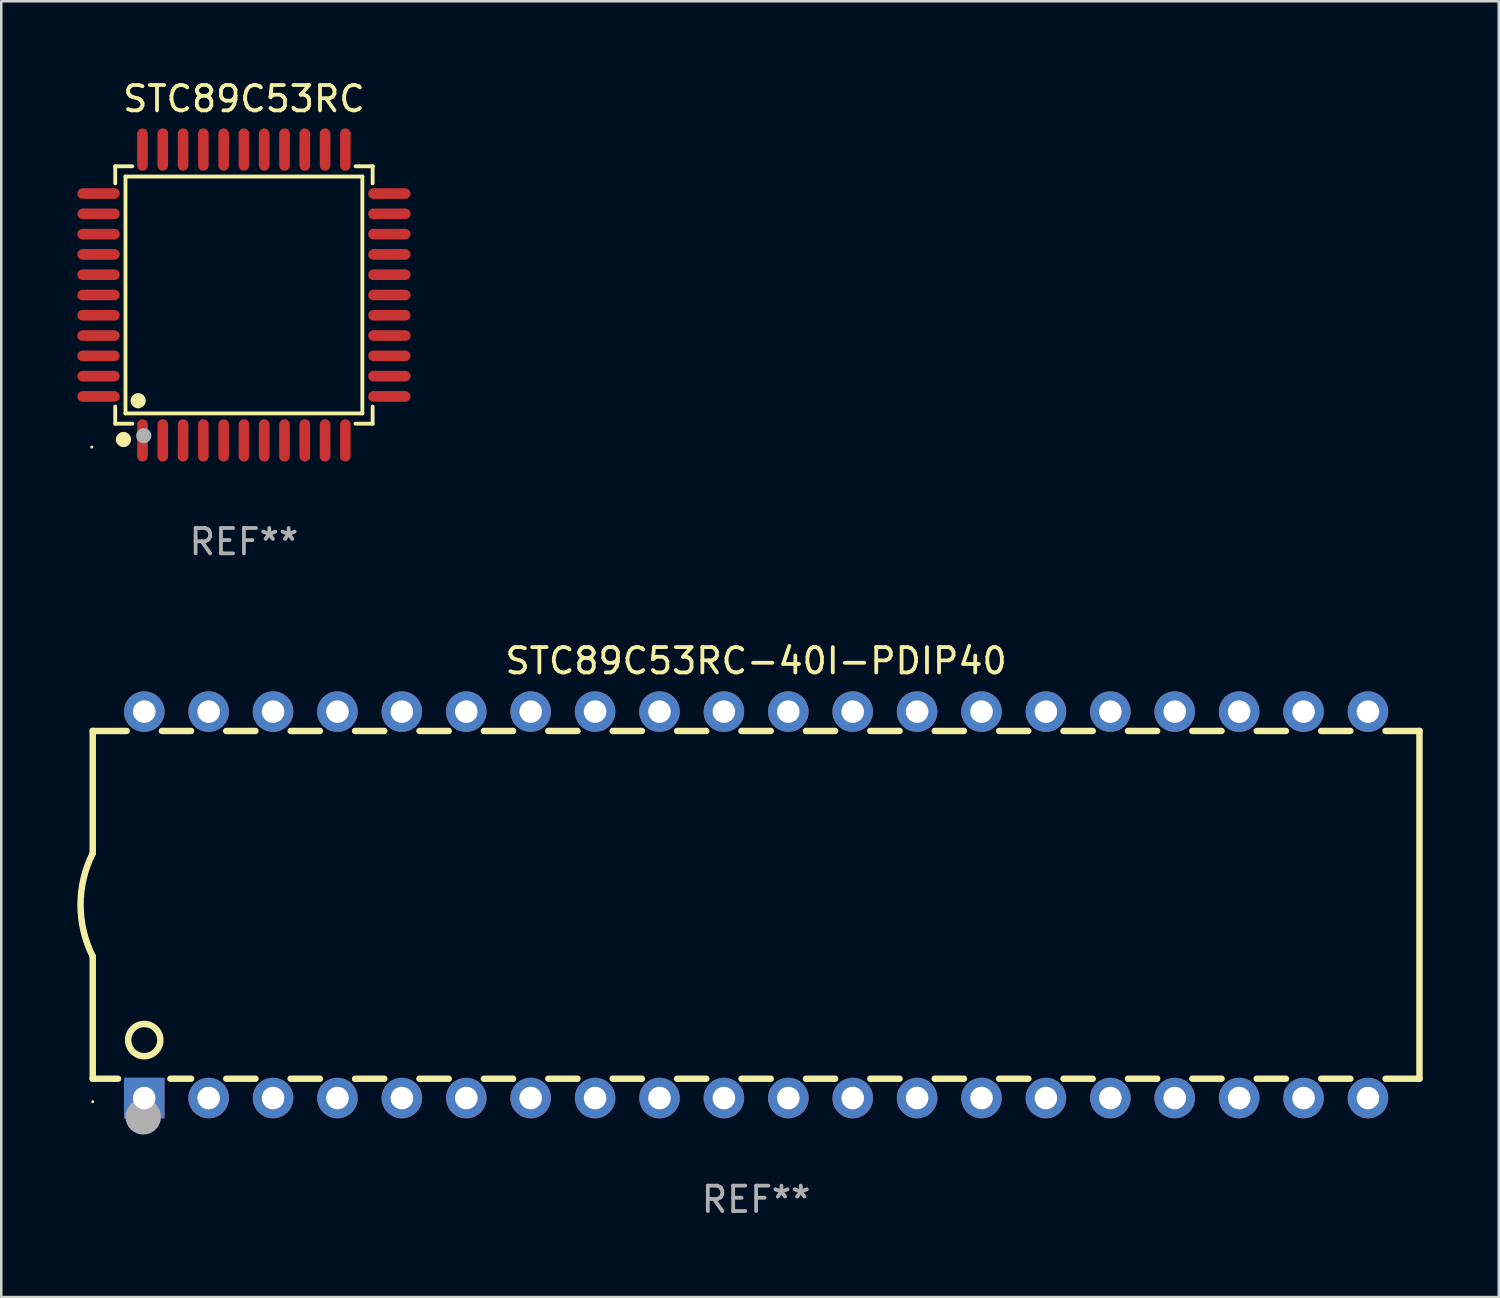
<source format=kicad_pcb>
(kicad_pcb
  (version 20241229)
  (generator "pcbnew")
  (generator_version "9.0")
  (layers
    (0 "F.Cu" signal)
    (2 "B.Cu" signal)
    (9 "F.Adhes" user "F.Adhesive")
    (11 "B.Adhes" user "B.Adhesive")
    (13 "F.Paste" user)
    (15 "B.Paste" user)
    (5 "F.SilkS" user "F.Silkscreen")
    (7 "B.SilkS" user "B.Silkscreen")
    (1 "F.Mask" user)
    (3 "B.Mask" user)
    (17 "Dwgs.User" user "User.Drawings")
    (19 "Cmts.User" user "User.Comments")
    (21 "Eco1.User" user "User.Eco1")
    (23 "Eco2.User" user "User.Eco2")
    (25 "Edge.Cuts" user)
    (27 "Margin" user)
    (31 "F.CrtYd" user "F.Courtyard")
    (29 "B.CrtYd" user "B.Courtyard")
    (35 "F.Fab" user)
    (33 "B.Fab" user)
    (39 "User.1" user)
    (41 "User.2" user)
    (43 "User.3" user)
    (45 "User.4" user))
  (footprint "STC89C53RC-40I-PDIP40"
    (layer "F.Cu")
    (at 26.769 32.635)
    (property "Reference" "STC89C53RC-40I-PDIP40" (at 0 -9.62 0) (layer "F.SilkS") (effects (font (size 1 1) (thickness 0.15))))
    (attr through_hole)
    (fp_line (start -26.162 -6.858) (end -26.162 -2.032) (stroke (width 0.254) (type solid)) (layer "F.SilkS"))
    (fp_line (start -26.162 6.858) (end -26.162 2.032) (stroke (width 0.254) (type solid)) (layer "F.SilkS"))
    (fp_line (start -26.162 6.858) (end -25.161 6.858) (stroke (width 0.254) (type solid)) (layer "F.SilkS"))
    (fp_line (start -24.824 -6.858) (end -26.162 -6.858) (stroke (width 0.254) (type solid)) (layer "F.SilkS"))
    (fp_line (start -23.099 6.858) (end -22.284 6.858) (stroke (width 0.254) (type solid)) (layer "F.SilkS"))
    (fp_line (start -22.284 -6.858) (end -23.436 -6.858) (stroke (width 0.254) (type solid)) (layer "F.SilkS"))
    (fp_line (start -20.896 6.858) (end -19.744 6.858) (stroke (width 0.254) (type solid)) (layer "F.SilkS"))
    (fp_line (start -19.744 -6.858) (end -20.896 -6.858) (stroke (width 0.254) (type solid)) (layer "F.SilkS"))
    (fp_line (start -18.356 6.858) (end -17.204 6.858) (stroke (width 0.254) (type solid)) (layer "F.SilkS"))
    (fp_line (start -17.204 -6.858) (end -18.356 -6.858) (stroke (width 0.254) (type solid)) (layer "F.SilkS"))
    (fp_line (start -15.816 6.858) (end -14.664 6.858) (stroke (width 0.254) (type solid)) (layer "F.SilkS"))
    (fp_line (start -14.664 -6.858) (end -15.816 -6.858) (stroke (width 0.254) (type solid)) (layer "F.SilkS"))
    (fp_line (start -13.276 6.858) (end -12.124 6.858) (stroke (width 0.254) (type solid)) (layer "F.SilkS"))
    (fp_line (start -12.124 -6.858) (end -13.276 -6.858) (stroke (width 0.254) (type solid)) (layer "F.SilkS"))
    (fp_line (start -10.736 6.858) (end -9.584 6.858) (stroke (width 0.254) (type solid)) (layer "F.SilkS"))
    (fp_line (start -9.584 -6.858) (end -10.736 -6.858) (stroke (width 0.254) (type solid)) (layer "F.SilkS"))
    (fp_line (start -8.196 6.858) (end -7.044 6.858) (stroke (width 0.254) (type solid)) (layer "F.SilkS"))
    (fp_line (start -7.044 -6.858) (end -8.196 -6.858) (stroke (width 0.254) (type solid)) (layer "F.SilkS"))
    (fp_line (start -5.656 6.858) (end -4.504 6.858) (stroke (width 0.254) (type solid)) (layer "F.SilkS"))
    (fp_line (start -4.504 -6.858) (end -5.656 -6.858) (stroke (width 0.254) (type solid)) (layer "F.SilkS"))
    (fp_line (start -3.116 6.858) (end -1.964 6.858) (stroke (width 0.254) (type solid)) (layer "F.SilkS"))
    (fp_line (start -1.964 -6.858) (end -3.116 -6.858) (stroke (width 0.254) (type solid)) (layer "F.SilkS"))
    (fp_line (start -0.576 6.858) (end 0.576 6.858) (stroke (width 0.254) (type solid)) (layer "F.SilkS"))
    (fp_line (start 0.576 -6.858) (end -0.576 -6.858) (stroke (width 0.254) (type solid)) (layer "F.SilkS"))
    (fp_line (start 1.964 6.858) (end 3.116 6.858) (stroke (width 0.254) (type solid)) (layer "F.SilkS"))
    (fp_line (start 3.116 -6.858) (end 1.964 -6.858) (stroke (width 0.254) (type solid)) (layer "F.SilkS"))
    (fp_line (start 4.504 6.858) (end 5.656 6.858) (stroke (width 0.254) (type solid)) (layer "F.SilkS"))
    (fp_line (start 5.656 -6.858) (end 4.504 -6.858) (stroke (width 0.254) (type solid)) (layer "F.SilkS"))
    (fp_line (start 7.044 6.858) (end 8.196 6.858) (stroke (width 0.254) (type solid)) (layer "F.SilkS"))
    (fp_line (start 8.196 -6.858) (end 7.044 -6.858) (stroke (width 0.254) (type solid)) (layer "F.SilkS"))
    (fp_line (start 9.584 6.858) (end 10.736 6.858) (stroke (width 0.254) (type solid)) (layer "F.SilkS"))
    (fp_line (start 10.736 -6.858) (end 9.584 -6.858) (stroke (width 0.254) (type solid)) (layer "F.SilkS"))
    (fp_line (start 12.124 6.858) (end 13.276 6.858) (stroke (width 0.254) (type solid)) (layer "F.SilkS"))
    (fp_line (start 13.276 -6.858) (end 12.124 -6.858) (stroke (width 0.254) (type solid)) (layer "F.SilkS"))
    (fp_line (start 14.664 6.858) (end 15.816 6.858) (stroke (width 0.254) (type solid)) (layer "F.SilkS"))
    (fp_line (start 15.816 -6.858) (end 14.664 -6.858) (stroke (width 0.254) (type solid)) (layer "F.SilkS"))
    (fp_line (start 17.204 6.858) (end 18.356 6.858) (stroke (width 0.254) (type solid)) (layer "F.SilkS"))
    (fp_line (start 18.356 -6.858) (end 17.204 -6.858) (stroke (width 0.254) (type solid)) (layer "F.SilkS"))
    (fp_line (start 19.744 6.858) (end 20.896 6.858) (stroke (width 0.254) (type solid)) (layer "F.SilkS"))
    (fp_line (start 20.896 -6.858) (end 19.744 -6.858) (stroke (width 0.254) (type solid)) (layer "F.SilkS"))
    (fp_line (start 22.284 6.858) (end 23.436 6.858) (stroke (width 0.254) (type solid)) (layer "F.SilkS"))
    (fp_line (start 23.436 -6.858) (end 22.284 -6.858) (stroke (width 0.254) (type solid)) (layer "F.SilkS"))
    (fp_line (start 24.824 6.858) (end 26.162 6.858) (stroke (width 0.254) (type solid)) (layer "F.SilkS"))
    (fp_line (start 26.162 -6.858) (end 24.824 -6.858) (stroke (width 0.254) (type solid)) (layer "F.SilkS"))
    (fp_line (start 26.162 -6.858) (end 26.162 6.858) (stroke (width 0.254) (type solid)) (layer "F.SilkS"))
    (fp_arc (start -26.162052 2.032004) (mid -26.641743 0) (end -26.162052 -2.032004) (stroke (width 0.254001) (type solid)) (layer "F.SilkS"))
    (fp_circle (center -26.162 7.765) (end -26.132 7.765) (stroke (width 0.06) (type solid)) (fill no) (layer "F.SilkS"))
    (fp_circle (center -24.13 5.334) (end -23.495 5.334) (stroke (width 0.254) (type solid)) (fill no) (layer "F.SilkS"))
    (fp_circle (center -24.17 8.36) (end -23.82 8.36) (stroke (width 0.7) (type solid)) (fill no) (layer "F.Fab"))
    (fp_text user "REF**" (at 0 11.62 0) (layer "F.Fab") (effects (font (size 1 1) (thickness 0.15))))
    (pad "1" thru_hole rect (at -24.13 7.62) (size 1.6 1.6) (drill 0.889) (layers "*.Cu" "*.Mask"))
    (pad "2" thru_hole circle (at -21.59 7.62) (size 1.6 1.6) (drill 0.889) (layers "*.Cu" "*.Mask"))
    (pad "3" thru_hole circle (at -19.05 7.62) (size 1.6 1.6) (drill 0.889) (layers "*.Cu" "*.Mask"))
    (pad "4" thru_hole circle (at -16.51 7.62) (size 1.6 1.6) (drill 0.889) (layers "*.Cu" "*.Mask"))
    (pad "5" thru_hole circle (at -13.97 7.62) (size 1.6 1.6) (drill 0.889) (layers "*.Cu" "*.Mask"))
    (pad "6" thru_hole circle (at -11.43 7.62) (size 1.6 1.6) (drill 0.889) (layers "*.Cu" "*.Mask"))
    (pad "7" thru_hole circle (at -8.89 7.62) (size 1.6 1.6) (drill 0.889) (layers "*.Cu" "*.Mask"))
    (pad "8" thru_hole circle (at -6.35 7.62) (size 1.6 1.6) (drill 0.889) (layers "*.Cu" "*.Mask"))
    (pad "9" thru_hole circle (at -3.81 7.62) (size 1.6 1.6) (drill 0.889) (layers "*.Cu" "*.Mask"))
    (pad "10" thru_hole circle (at -1.27 7.62) (size 1.6 1.6) (drill 0.889) (layers "*.Cu" "*.Mask"))
    (pad "11" thru_hole circle (at 1.27 7.62) (size 1.6 1.6) (drill 0.889) (layers "*.Cu" "*.Mask"))
    (pad "12" thru_hole circle (at 3.81 7.62) (size 1.6 1.6) (drill 0.889) (layers "*.Cu" "*.Mask"))
    (pad "13" thru_hole circle (at 6.35 7.62) (size 1.6 1.6) (drill 0.889) (layers "*.Cu" "*.Mask"))
    (pad "14" thru_hole circle (at 8.89 7.62) (size 1.6 1.6) (drill 0.889) (layers "*.Cu" "*.Mask"))
    (pad "15" thru_hole circle (at 11.43 7.62) (size 1.6 1.6) (drill 0.889) (layers "*.Cu" "*.Mask"))
    (pad "16" thru_hole circle (at 13.97 7.62) (size 1.6 1.6) (drill 0.889) (layers "*.Cu" "*.Mask"))
    (pad "17" thru_hole circle (at 16.51 7.62) (size 1.6 1.6) (drill 0.889) (layers "*.Cu" "*.Mask"))
    (pad "18" thru_hole circle (at 19.05 7.62) (size 1.6 1.6) (drill 0.889) (layers "*.Cu" "*.Mask"))
    (pad "19" thru_hole circle (at 21.59 7.62) (size 1.6 1.6) (drill 0.889) (layers "*.Cu" "*.Mask"))
    (pad "20" thru_hole circle (at 24.13 7.62) (size 1.6 1.6) (drill 0.889) (layers "*.Cu" "*.Mask"))
    (pad "21" thru_hole circle (at 24.13 -7.62) (size 1.6 1.6) (drill 0.889) (layers "*.Cu" "*.Mask"))
    (pad "22" thru_hole circle (at 21.59 -7.62) (size 1.6 1.6) (drill 0.889) (layers "*.Cu" "*.Mask"))
    (pad "23" thru_hole circle (at 19.05 -7.62) (size 1.6 1.6) (drill 0.889) (layers "*.Cu" "*.Mask"))
    (pad "24" thru_hole circle (at 16.51 -7.62) (size 1.6 1.6) (drill 0.889) (layers "*.Cu" "*.Mask"))
    (pad "25" thru_hole circle (at 13.97 -7.62) (size 1.6 1.6) (drill 0.889) (layers "*.Cu" "*.Mask"))
    (pad "26" thru_hole circle (at 11.43 -7.62) (size 1.6 1.6) (drill 0.889) (layers "*.Cu" "*.Mask"))
    (pad "27" thru_hole circle (at 8.89 -7.62) (size 1.6 1.6) (drill 0.889) (layers "*.Cu" "*.Mask"))
    (pad "28" thru_hole circle (at 6.35 -7.62) (size 1.6 1.6) (drill 0.889) (layers "*.Cu" "*.Mask"))
    (pad "29" thru_hole circle (at 3.81 -7.62) (size 1.6 1.6) (drill 0.889) (layers "*.Cu" "*.Mask"))
    (pad "30" thru_hole circle (at 1.27 -7.62) (size 1.6 1.6) (drill 0.889) (layers "*.Cu" "*.Mask"))
    (pad "31" thru_hole circle (at -1.27 -7.62) (size 1.6 1.6) (drill 0.889) (layers "*.Cu" "*.Mask"))
    (pad "32" thru_hole circle (at -3.81 -7.62) (size 1.6 1.6) (drill 0.889) (layers "*.Cu" "*.Mask"))
    (pad "33" thru_hole circle (at -6.35 -7.62) (size 1.6 1.6) (drill 0.889) (layers "*.Cu" "*.Mask"))
    (pad "34" thru_hole circle (at -8.89 -7.62) (size 1.6 1.6) (drill 0.889) (layers "*.Cu" "*.Mask"))
    (pad "35" thru_hole circle (at -11.43 -7.62) (size 1.6 1.6) (drill 0.889) (layers "*.Cu" "*.Mask"))
    (pad "36" thru_hole circle (at -13.97 -7.62) (size 1.6 1.6) (drill 0.889) (layers "*.Cu" "*.Mask"))
    (pad "37" thru_hole circle (at -16.51 -7.62) (size 1.6 1.6) (drill 0.889) (layers "*.Cu" "*.Mask"))
    (pad "38" thru_hole circle (at -19.05 -7.62) (size 1.6 1.6) (drill 0.889) (layers "*.Cu" "*.Mask"))
    (pad "39" thru_hole circle (at -21.59 -7.62) (size 1.6 1.6) (drill 0.889) (layers "*.Cu" "*.Mask"))
    (pad "40" thru_hole circle (at -24.13 -7.62) (size 1.6 1.6) (drill 0.889) (layers "*.Cu" "*.Mask")))
  (footprint "STC89C53RC"
    (layer "F.Cu")
    (at 6.57 8.583)
    (property "Reference" "STC89C53RC" (at 0 -7.735 0) (layer "F.SilkS") (effects (font (size 1 1) (thickness 0.15))))
    (attr through_hole)
    (fp_line (start -5.076 -5.076) (end -4.401 -5.076) (stroke (width 0.152) (type solid)) (layer "F.SilkS"))
    (fp_line (start -5.076 -4.401) (end -5.076 -5.076) (stroke (width 0.152) (type solid)) (layer "F.SilkS"))
    (fp_line (start -5.076 4.401) (end -5.076 5.076) (stroke (width 0.152) (type solid)) (layer "F.SilkS"))
    (fp_line (start -5.076 5.076) (end -4.401 5.076) (stroke (width 0.152) (type solid)) (layer "F.SilkS"))
    (fp_line (start -4.671 -4.671) (end 4.671 -4.671) (stroke (width 0.152) (type solid)) (layer "F.SilkS"))
    (fp_line (start -4.671 4.671) (end -4.671 -4.671) (stroke (width 0.152) (type solid)) (layer "F.SilkS"))
    (fp_line (start 4.671 -4.671) (end 4.671 4.671) (stroke (width 0.152) (type solid)) (layer "F.SilkS"))
    (fp_line (start 4.671 4.671) (end -4.671 4.671) (stroke (width 0.152) (type solid)) (layer "F.SilkS"))
    (fp_line (start 5.076 -5.076) (end 4.401 -5.076) (stroke (width 0.152) (type solid)) (layer "F.SilkS"))
    (fp_line (start 5.076 -4.401) (end 5.076 -5.076) (stroke (width 0.152) (type solid)) (layer "F.SilkS"))
    (fp_line (start 5.076 4.401) (end 5.076 5.076) (stroke (width 0.152) (type solid)) (layer "F.SilkS"))
    (fp_line (start 5.076 5.076) (end 4.401 5.076) (stroke (width 0.152) (type solid)) (layer "F.SilkS"))
    (fp_circle (center -6 6) (end -5.97 6) (stroke (width 0.06) (type solid)) (fill no) (layer "F.SilkS"))
    (fp_circle (center -4.75 5.7) (end -4.6 5.7) (stroke (width 0.3) (type solid)) (fill no) (layer "F.SilkS"))
    (fp_circle (center -4.171 4.171) (end -4.021 4.171) (stroke (width 0.3) (type solid)) (fill no) (layer "F.SilkS"))
    (fp_circle (center -3.95 5.55) (end -3.8 5.55) (stroke (width 0.3) (type solid)) (fill no) (layer "F.Fab"))
    (fp_text user "REF**" (at 0 9.735 0) (layer "F.Fab") (effects (font (size 1 1) (thickness 0.15))))
    (pad "1" smd oval (at -4 5.735) (size 0.42 1.67) (layers "F.Cu" "F.Mask" "F.Paste"))
    (pad "2" smd oval (at -3.2 5.735) (size 0.42 1.67) (layers "F.Cu" "F.Mask" "F.Paste"))
    (pad "3" smd oval (at -2.4 5.735) (size 0.42 1.67) (layers "F.Cu" "F.Mask" "F.Paste"))
    (pad "4" smd oval (at -1.6 5.735) (size 0.42 1.67) (layers "F.Cu" "F.Mask" "F.Paste"))
    (pad "5" smd oval (at -0.8 5.735) (size 0.42 1.67) (layers "F.Cu" "F.Mask" "F.Paste"))
    (pad "6" smd oval (at 0 5.735) (size 0.42 1.67) (layers "F.Cu" "F.Mask" "F.Paste"))
    (pad "7" smd oval (at 0.8 5.735) (size 0.42 1.67) (layers "F.Cu" "F.Mask" "F.Paste"))
    (pad "8" smd oval (at 1.6 5.735) (size 0.42 1.67) (layers "F.Cu" "F.Mask" "F.Paste"))
    (pad "9" smd oval (at 2.4 5.735) (size 0.42 1.67) (layers "F.Cu" "F.Mask" "F.Paste"))
    (pad "10" smd oval (at 3.2 5.735) (size 0.42 1.67) (layers "F.Cu" "F.Mask" "F.Paste"))
    (pad "11" smd oval (at 4 5.735) (size 0.42 1.67) (layers "F.Cu" "F.Mask" "F.Paste"))
    (pad "12" smd oval (at 5.735 4) (size 1.67 0.42) (layers "F.Cu" "F.Mask" "F.Paste"))
    (pad "13" smd oval (at 5.735 3.2) (size 1.67 0.42) (layers "F.Cu" "F.Mask" "F.Paste"))
    (pad "14" smd oval (at 5.735 2.4) (size 1.67 0.42) (layers "F.Cu" "F.Mask" "F.Paste"))
    (pad "15" smd oval (at 5.735 1.6) (size 1.67 0.42) (layers "F.Cu" "F.Mask" "F.Paste"))
    (pad "16" smd oval (at 5.735 0.8) (size 1.67 0.42) (layers "F.Cu" "F.Mask" "F.Paste"))
    (pad "17" smd oval (at 5.735 0) (size 1.67 0.42) (layers "F.Cu" "F.Mask" "F.Paste"))
    (pad "18" smd oval (at 5.735 -0.8) (size 1.67 0.42) (layers "F.Cu" "F.Mask" "F.Paste"))
    (pad "19" smd oval (at 5.735 -1.6) (size 1.67 0.42) (layers "F.Cu" "F.Mask" "F.Paste"))
    (pad "20" smd oval (at 5.735 -2.4) (size 1.67 0.42) (layers "F.Cu" "F.Mask" "F.Paste"))
    (pad "21" smd oval (at 5.735 -3.2) (size 1.67 0.42) (layers "F.Cu" "F.Mask" "F.Paste"))
    (pad "22" smd oval (at 5.735 -4) (size 1.67 0.42) (layers "F.Cu" "F.Mask" "F.Paste"))
    (pad "23" smd oval (at 4 -5.735) (size 0.42 1.67) (layers "F.Cu" "F.Mask" "F.Paste"))
    (pad "24" smd oval (at 3.2 -5.735) (size 0.42 1.67) (layers "F.Cu" "F.Mask" "F.Paste"))
    (pad "25" smd oval (at 2.4 -5.735) (size 0.42 1.67) (layers "F.Cu" "F.Mask" "F.Paste"))
    (pad "26" smd oval (at 1.6 -5.735) (size 0.42 1.67) (layers "F.Cu" "F.Mask" "F.Paste"))
    (pad "27" smd oval (at 0.8 -5.735) (size 0.42 1.67) (layers "F.Cu" "F.Mask" "F.Paste"))
    (pad "28" smd oval (at 0 -5.735) (size 0.42 1.67) (layers "F.Cu" "F.Mask" "F.Paste"))
    (pad "29" smd oval (at -0.8 -5.735) (size 0.42 1.67) (layers "F.Cu" "F.Mask" "F.Paste"))
    (pad "30" smd oval (at -1.6 -5.735) (size 0.42 1.67) (layers "F.Cu" "F.Mask" "F.Paste"))
    (pad "31" smd oval (at -2.4 -5.735) (size 0.42 1.67) (layers "F.Cu" "F.Mask" "F.Paste"))
    (pad "32" smd oval (at -3.2 -5.735) (size 0.42 1.67) (layers "F.Cu" "F.Mask" "F.Paste"))
    (pad "33" smd oval (at -4 -5.735) (size 0.42 1.67) (layers "F.Cu" "F.Mask" "F.Paste"))
    (pad "34" smd oval (at -5.735 -4) (size 1.67 0.42) (layers "F.Cu" "F.Mask" "F.Paste"))
    (pad "35" smd oval (at -5.735 -3.2) (size 1.67 0.42) (layers "F.Cu" "F.Mask" "F.Paste"))
    (pad "36" smd oval (at -5.735 -2.4) (size 1.67 0.42) (layers "F.Cu" "F.Mask" "F.Paste"))
    (pad "37" smd oval (at -5.735 -1.6) (size 1.67 0.42) (layers "F.Cu" "F.Mask" "F.Paste"))
    (pad "38" smd oval (at -5.735 -0.8) (size 1.67 0.42) (layers "F.Cu" "F.Mask" "F.Paste"))
    (pad "39" smd oval (at -5.735 0) (size 1.67 0.42) (layers "F.Cu" "F.Mask" "F.Paste"))
    (pad "40" smd oval (at -5.735 0.8) (size 1.67 0.42) (layers "F.Cu" "F.Mask" "F.Paste"))
    (pad "41" smd oval (at -5.735 1.6) (size 1.67 0.42) (layers "F.Cu" "F.Mask" "F.Paste"))
    (pad "42" smd oval (at -5.735 2.4) (size 1.67 0.42) (layers "F.Cu" "F.Mask" "F.Paste"))
    (pad "43" smd oval (at -5.735 3.2) (size 1.67 0.42) (layers "F.Cu" "F.Mask" "F.Paste"))
    (pad "44" smd oval (at -5.735 4) (size 1.67 0.42) (layers "F.Cu" "F.Mask" "F.Paste")))
  (gr_rect
    (start -3 -3)
    (end 56.058 48.103)
    (stroke (width 0.1) (type default))
    (fill no)
    (layer "Edge.Cuts")))
</source>
